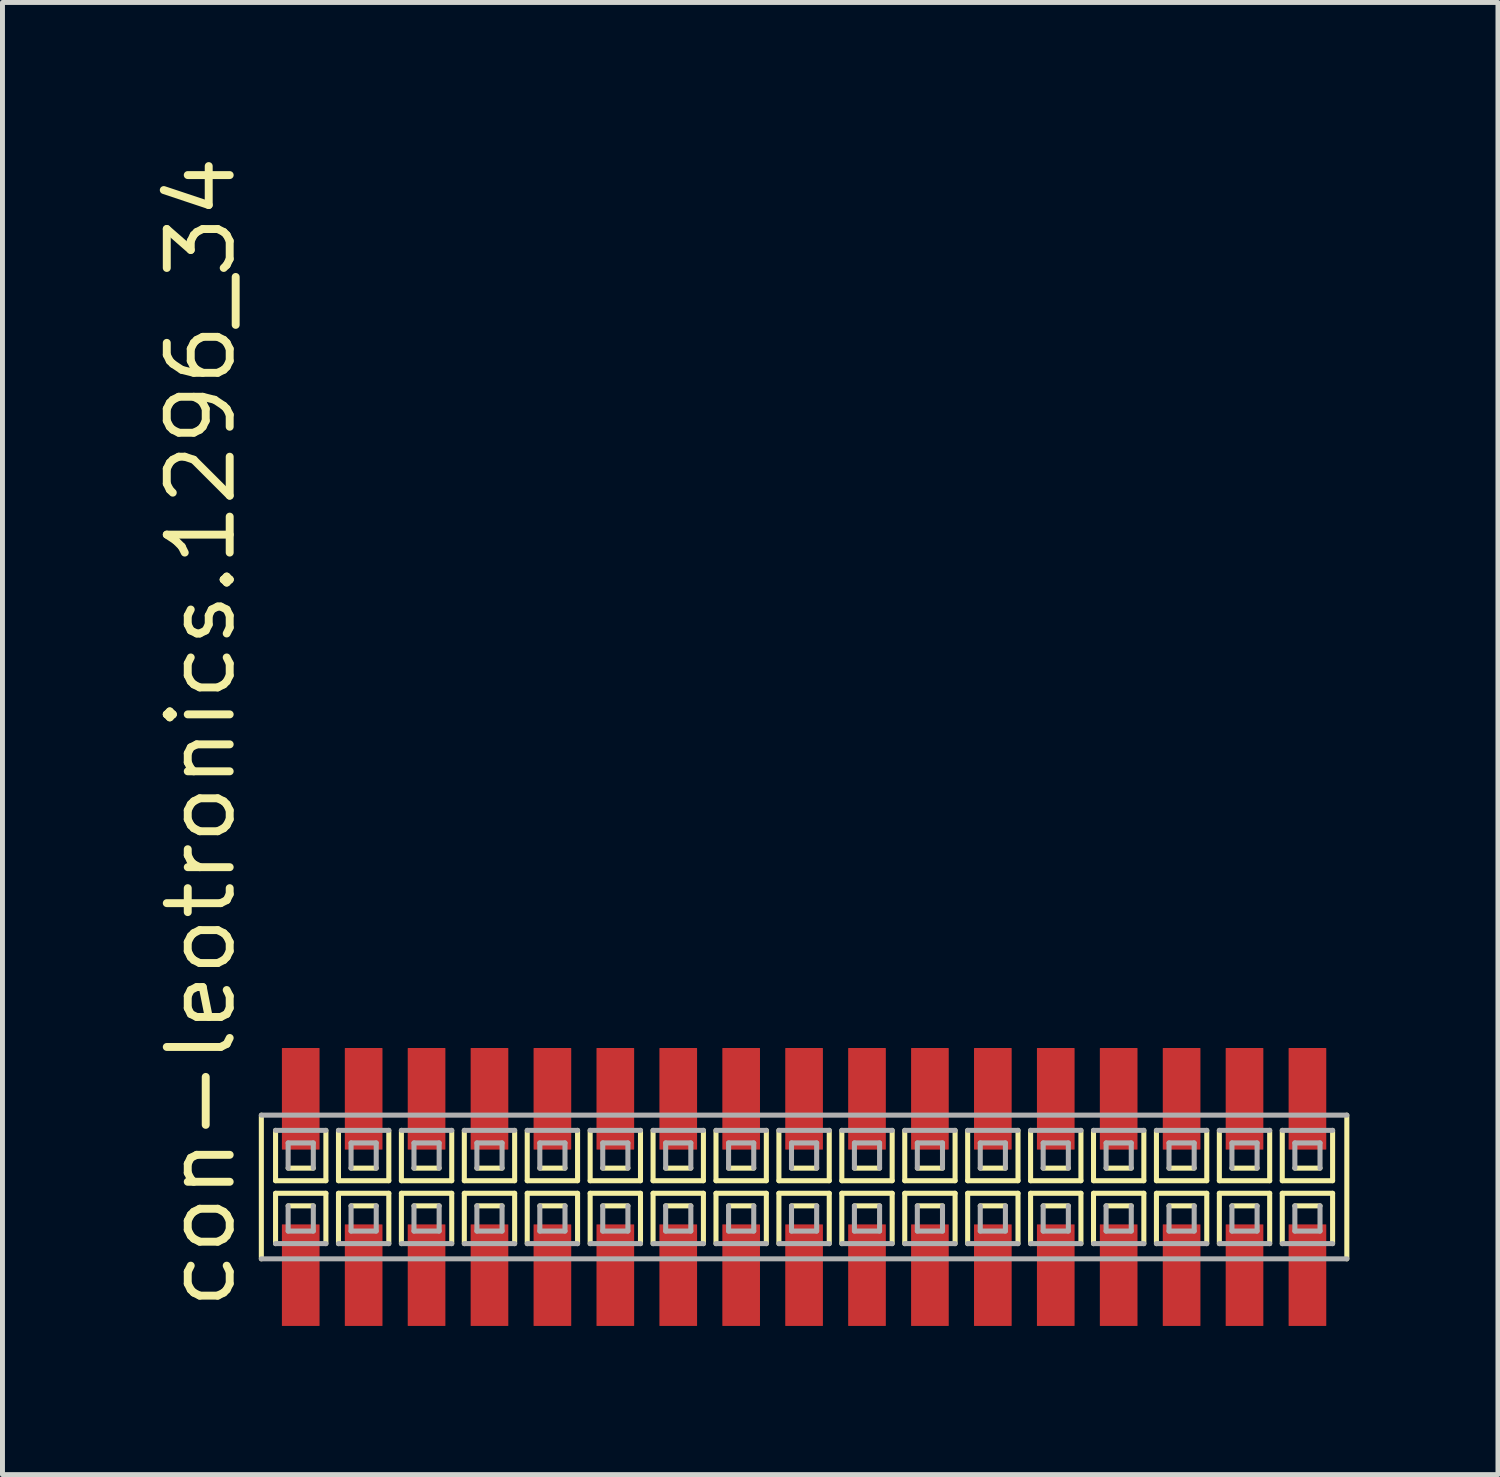
<source format=kicad_pcb>
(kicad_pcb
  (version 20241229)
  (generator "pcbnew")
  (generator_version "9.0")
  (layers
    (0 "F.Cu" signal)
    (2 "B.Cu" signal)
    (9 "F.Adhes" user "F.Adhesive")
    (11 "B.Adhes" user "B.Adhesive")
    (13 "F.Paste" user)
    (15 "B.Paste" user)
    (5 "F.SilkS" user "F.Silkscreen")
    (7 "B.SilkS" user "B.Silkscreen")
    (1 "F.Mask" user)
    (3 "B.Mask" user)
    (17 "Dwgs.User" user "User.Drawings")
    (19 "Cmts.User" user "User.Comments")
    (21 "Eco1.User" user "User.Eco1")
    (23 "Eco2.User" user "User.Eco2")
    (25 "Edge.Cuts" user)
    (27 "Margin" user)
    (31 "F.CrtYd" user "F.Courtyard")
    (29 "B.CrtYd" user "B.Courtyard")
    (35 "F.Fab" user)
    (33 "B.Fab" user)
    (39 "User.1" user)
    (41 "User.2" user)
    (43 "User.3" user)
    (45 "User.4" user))
  (footprint "con-leotronics.1296_34"
    (layer "F.Cu")
    (at 13.18 20.909)
    (property "Reference" "con-leotronics.1296_34" (at -11.43 2.54 90) (layer "F.SilkS") (effects (font (size 1.27 1.27) (thickness 0.16)) (justify left bottom)))
    (attr smd)
    (fp_line (start -10.955 -1.45) (end -10.955 1.45) (stroke (width 0.102) (type default)) (layer "F.SilkS"))
    (fp_line (start -10.668 -1.143) (end -10.668 -0.127) (stroke (width 0.102) (type default)) (layer "F.SilkS"))
    (fp_line (start -10.668 -0.127) (end -9.652 -0.127) (stroke (width 0.102) (type default)) (layer "F.SilkS"))
    (fp_line (start -10.668 0.127) (end -10.668 1.143) (stroke (width 0.102) (type default)) (layer "F.SilkS"))
    (fp_line (start -10.414 -0.381) (end -9.906 -0.381) (stroke (width 0.102) (type default)) (layer "F.SilkS"))
    (fp_line (start -9.906 0.381) (end -10.414 0.381) (stroke (width 0.102) (type default)) (layer "F.SilkS"))
    (fp_line (start -9.652 -0.127) (end -9.652 -1.143) (stroke (width 0.102) (type default)) (layer "F.SilkS"))
    (fp_line (start -9.652 0.127) (end -10.668 0.127) (stroke (width 0.102) (type default)) (layer "F.SilkS"))
    (fp_line (start -9.652 1.143) (end -9.652 0.127) (stroke (width 0.102) (type default)) (layer "F.SilkS"))
    (fp_line (start -9.398 -1.143) (end -9.398 -0.127) (stroke (width 0.102) (type default)) (layer "F.SilkS"))
    (fp_line (start -9.398 -0.127) (end -8.382 -0.127) (stroke (width 0.102) (type default)) (layer "F.SilkS"))
    (fp_line (start -9.398 0.127) (end -9.398 1.143) (stroke (width 0.102) (type default)) (layer "F.SilkS"))
    (fp_line (start -9.144 -0.381) (end -8.636 -0.381) (stroke (width 0.102) (type default)) (layer "F.SilkS"))
    (fp_line (start -8.636 0.381) (end -9.144 0.381) (stroke (width 0.102) (type default)) (layer "F.SilkS"))
    (fp_line (start -8.382 -0.127) (end -8.382 -1.143) (stroke (width 0.102) (type default)) (layer "F.SilkS"))
    (fp_line (start -8.382 0.127) (end -9.398 0.127) (stroke (width 0.102) (type default)) (layer "F.SilkS"))
    (fp_line (start -8.382 1.143) (end -8.382 0.127) (stroke (width 0.102) (type default)) (layer "F.SilkS"))
    (fp_line (start -8.128 -1.143) (end -8.128 -0.127) (stroke (width 0.102) (type default)) (layer "F.SilkS"))
    (fp_line (start -8.128 -0.127) (end -7.112 -0.127) (stroke (width 0.102) (type default)) (layer "F.SilkS"))
    (fp_line (start -8.128 0.127) (end -8.128 1.143) (stroke (width 0.102) (type default)) (layer "F.SilkS"))
    (fp_line (start -7.874 -0.381) (end -7.366 -0.381) (stroke (width 0.102) (type default)) (layer "F.SilkS"))
    (fp_line (start -7.366 0.381) (end -7.874 0.381) (stroke (width 0.102) (type default)) (layer "F.SilkS"))
    (fp_line (start -7.112 -0.127) (end -7.112 -1.143) (stroke (width 0.102) (type default)) (layer "F.SilkS"))
    (fp_line (start -7.112 0.127) (end -8.128 0.127) (stroke (width 0.102) (type default)) (layer "F.SilkS"))
    (fp_line (start -7.112 1.143) (end -7.112 0.127) (stroke (width 0.102) (type default)) (layer "F.SilkS"))
    (fp_line (start -6.858 -1.143) (end -6.858 -0.127) (stroke (width 0.102) (type default)) (layer "F.SilkS"))
    (fp_line (start -6.858 -0.127) (end -5.842 -0.127) (stroke (width 0.102) (type default)) (layer "F.SilkS"))
    (fp_line (start -6.858 0.127) (end -6.858 1.143) (stroke (width 0.102) (type default)) (layer "F.SilkS"))
    (fp_line (start -6.604 -0.381) (end -6.096 -0.381) (stroke (width 0.102) (type default)) (layer "F.SilkS"))
    (fp_line (start -6.096 0.381) (end -6.604 0.381) (stroke (width 0.102) (type default)) (layer "F.SilkS"))
    (fp_line (start -5.842 -0.127) (end -5.842 -1.143) (stroke (width 0.102) (type default)) (layer "F.SilkS"))
    (fp_line (start -5.842 0.127) (end -6.858 0.127) (stroke (width 0.102) (type default)) (layer "F.SilkS"))
    (fp_line (start -5.842 1.143) (end -5.842 0.127) (stroke (width 0.102) (type default)) (layer "F.SilkS"))
    (fp_line (start -5.588 -1.143) (end -5.588 -0.127) (stroke (width 0.102) (type default)) (layer "F.SilkS"))
    (fp_line (start -5.588 -0.127) (end -4.572 -0.127) (stroke (width 0.102) (type default)) (layer "F.SilkS"))
    (fp_line (start -5.588 0.127) (end -5.588 1.143) (stroke (width 0.102) (type default)) (layer "F.SilkS"))
    (fp_line (start -5.334 -0.381) (end -4.826 -0.381) (stroke (width 0.102) (type default)) (layer "F.SilkS"))
    (fp_line (start -4.826 0.381) (end -5.334 0.381) (stroke (width 0.102) (type default)) (layer "F.SilkS"))
    (fp_line (start -4.572 -0.127) (end -4.572 -1.143) (stroke (width 0.102) (type default)) (layer "F.SilkS"))
    (fp_line (start -4.572 0.127) (end -5.588 0.127) (stroke (width 0.102) (type default)) (layer "F.SilkS"))
    (fp_line (start -4.572 1.143) (end -4.572 0.127) (stroke (width 0.102) (type default)) (layer "F.SilkS"))
    (fp_line (start -4.318 -1.143) (end -4.318 -0.127) (stroke (width 0.102) (type default)) (layer "F.SilkS"))
    (fp_line (start -4.318 -0.127) (end -3.302 -0.127) (stroke (width 0.102) (type default)) (layer "F.SilkS"))
    (fp_line (start -4.318 0.127) (end -4.318 1.143) (stroke (width 0.102) (type default)) (layer "F.SilkS"))
    (fp_line (start -4.064 -0.381) (end -3.556 -0.381) (stroke (width 0.102) (type default)) (layer "F.SilkS"))
    (fp_line (start -3.556 0.381) (end -4.064 0.381) (stroke (width 0.102) (type default)) (layer "F.SilkS"))
    (fp_line (start -3.302 -0.127) (end -3.302 -1.143) (stroke (width 0.102) (type default)) (layer "F.SilkS"))
    (fp_line (start -3.302 0.127) (end -4.318 0.127) (stroke (width 0.102) (type default)) (layer "F.SilkS"))
    (fp_line (start -3.302 1.143) (end -3.302 0.127) (stroke (width 0.102) (type default)) (layer "F.SilkS"))
    (fp_line (start -3.048 -1.143) (end -3.048 -0.127) (stroke (width 0.102) (type default)) (layer "F.SilkS"))
    (fp_line (start -3.048 -0.127) (end -2.032 -0.127) (stroke (width 0.102) (type default)) (layer "F.SilkS"))
    (fp_line (start -3.048 0.127) (end -3.048 1.143) (stroke (width 0.102) (type default)) (layer "F.SilkS"))
    (fp_line (start -2.794 -0.381) (end -2.286 -0.381) (stroke (width 0.102) (type default)) (layer "F.SilkS"))
    (fp_line (start -2.286 0.381) (end -2.794 0.381) (stroke (width 0.102) (type default)) (layer "F.SilkS"))
    (fp_line (start -2.032 -0.127) (end -2.032 -1.143) (stroke (width 0.102) (type default)) (layer "F.SilkS"))
    (fp_line (start -2.032 0.127) (end -3.048 0.127) (stroke (width 0.102) (type default)) (layer "F.SilkS"))
    (fp_line (start -2.032 1.143) (end -2.032 0.127) (stroke (width 0.102) (type default)) (layer "F.SilkS"))
    (fp_line (start -1.778 -1.143) (end -1.778 -0.127) (stroke (width 0.102) (type default)) (layer "F.SilkS"))
    (fp_line (start -1.778 -0.127) (end -0.762 -0.127) (stroke (width 0.102) (type default)) (layer "F.SilkS"))
    (fp_line (start -1.778 0.127) (end -1.778 1.143) (stroke (width 0.102) (type default)) (layer "F.SilkS"))
    (fp_line (start -1.524 -0.381) (end -1.016 -0.381) (stroke (width 0.102) (type default)) (layer "F.SilkS"))
    (fp_line (start -1.016 0.381) (end -1.524 0.381) (stroke (width 0.102) (type default)) (layer "F.SilkS"))
    (fp_line (start -0.762 -0.127) (end -0.762 -1.143) (stroke (width 0.102) (type default)) (layer "F.SilkS"))
    (fp_line (start -0.762 0.127) (end -1.778 0.127) (stroke (width 0.102) (type default)) (layer "F.SilkS"))
    (fp_line (start -0.762 1.143) (end -0.762 0.127) (stroke (width 0.102) (type default)) (layer "F.SilkS"))
    (fp_line (start -0.508 -1.143) (end -0.508 -0.127) (stroke (width 0.102) (type default)) (layer "F.SilkS"))
    (fp_line (start -0.508 -0.127) (end 0.508 -0.127) (stroke (width 0.102) (type default)) (layer "F.SilkS"))
    (fp_line (start -0.508 0.127) (end -0.508 1.143) (stroke (width 0.102) (type default)) (layer "F.SilkS"))
    (fp_line (start -0.254 -0.381) (end 0.254 -0.381) (stroke (width 0.102) (type default)) (layer "F.SilkS"))
    (fp_line (start 0.254 0.381) (end -0.254 0.381) (stroke (width 0.102) (type default)) (layer "F.SilkS"))
    (fp_line (start 0.508 -0.127) (end 0.508 -1.143) (stroke (width 0.102) (type default)) (layer "F.SilkS"))
    (fp_line (start 0.508 0.127) (end -0.508 0.127) (stroke (width 0.102) (type default)) (layer "F.SilkS"))
    (fp_line (start 0.508 1.143) (end 0.508 0.127) (stroke (width 0.102) (type default)) (layer "F.SilkS"))
    (fp_line (start 0.762 -1.143) (end 0.762 -0.127) (stroke (width 0.102) (type default)) (layer "F.SilkS"))
    (fp_line (start 0.762 -0.127) (end 1.778 -0.127) (stroke (width 0.102) (type default)) (layer "F.SilkS"))
    (fp_line (start 0.762 0.127) (end 0.762 1.143) (stroke (width 0.102) (type default)) (layer "F.SilkS"))
    (fp_line (start 1.016 -0.381) (end 1.524 -0.381) (stroke (width 0.102) (type default)) (layer "F.SilkS"))
    (fp_line (start 1.524 0.381) (end 1.016 0.381) (stroke (width 0.102) (type default)) (layer "F.SilkS"))
    (fp_line (start 1.778 -0.127) (end 1.778 -1.143) (stroke (width 0.102) (type default)) (layer "F.SilkS"))
    (fp_line (start 1.778 0.127) (end 0.762 0.127) (stroke (width 0.102) (type default)) (layer "F.SilkS"))
    (fp_line (start 1.778 1.143) (end 1.778 0.127) (stroke (width 0.102) (type default)) (layer "F.SilkS"))
    (fp_line (start 2.032 -1.143) (end 2.032 -0.127) (stroke (width 0.102) (type default)) (layer "F.SilkS"))
    (fp_line (start 2.032 -0.127) (end 3.048 -0.127) (stroke (width 0.102) (type default)) (layer "F.SilkS"))
    (fp_line (start 2.032 0.127) (end 2.032 1.143) (stroke (width 0.102) (type default)) (layer "F.SilkS"))
    (fp_line (start 2.286 -0.381) (end 2.794 -0.381) (stroke (width 0.102) (type default)) (layer "F.SilkS"))
    (fp_line (start 2.794 0.381) (end 2.286 0.381) (stroke (width 0.102) (type default)) (layer "F.SilkS"))
    (fp_line (start 3.048 -0.127) (end 3.048 -1.143) (stroke (width 0.102) (type default)) (layer "F.SilkS"))
    (fp_line (start 3.048 0.127) (end 2.032 0.127) (stroke (width 0.102) (type default)) (layer "F.SilkS"))
    (fp_line (start 3.048 1.143) (end 3.048 0.127) (stroke (width 0.102) (type default)) (layer "F.SilkS"))
    (fp_line (start 3.302 -1.143) (end 3.302 -0.127) (stroke (width 0.102) (type default)) (layer "F.SilkS"))
    (fp_line (start 3.302 -0.127) (end 4.318 -0.127) (stroke (width 0.102) (type default)) (layer "F.SilkS"))
    (fp_line (start 3.302 0.127) (end 3.302 1.143) (stroke (width 0.102) (type default)) (layer "F.SilkS"))
    (fp_line (start 3.556 -0.381) (end 4.064 -0.381) (stroke (width 0.102) (type default)) (layer "F.SilkS"))
    (fp_line (start 4.064 0.381) (end 3.556 0.381) (stroke (width 0.102) (type default)) (layer "F.SilkS"))
    (fp_line (start 4.318 -0.127) (end 4.318 -1.143) (stroke (width 0.102) (type default)) (layer "F.SilkS"))
    (fp_line (start 4.318 0.127) (end 3.302 0.127) (stroke (width 0.102) (type default)) (layer "F.SilkS"))
    (fp_line (start 4.318 1.143) (end 4.318 0.127) (stroke (width 0.102) (type default)) (layer "F.SilkS"))
    (fp_line (start 4.572 -1.143) (end 4.572 -0.127) (stroke (width 0.102) (type default)) (layer "F.SilkS"))
    (fp_line (start 4.572 -0.127) (end 5.588 -0.127) (stroke (width 0.102) (type default)) (layer "F.SilkS"))
    (fp_line (start 4.572 0.127) (end 4.572 1.143) (stroke (width 0.102) (type default)) (layer "F.SilkS"))
    (fp_line (start 4.826 -0.381) (end 5.334 -0.381) (stroke (width 0.102) (type default)) (layer "F.SilkS"))
    (fp_line (start 5.334 0.381) (end 4.826 0.381) (stroke (width 0.102) (type default)) (layer "F.SilkS"))
    (fp_line (start 5.588 -0.127) (end 5.588 -1.143) (stroke (width 0.102) (type default)) (layer "F.SilkS"))
    (fp_line (start 5.588 0.127) (end 4.572 0.127) (stroke (width 0.102) (type default)) (layer "F.SilkS"))
    (fp_line (start 5.588 1.143) (end 5.588 0.127) (stroke (width 0.102) (type default)) (layer "F.SilkS"))
    (fp_line (start 5.842 -1.143) (end 5.842 -0.127) (stroke (width 0.102) (type default)) (layer "F.SilkS"))
    (fp_line (start 5.842 -0.127) (end 6.858 -0.127) (stroke (width 0.102) (type default)) (layer "F.SilkS"))
    (fp_line (start 5.842 0.127) (end 5.842 1.143) (stroke (width 0.102) (type default)) (layer "F.SilkS"))
    (fp_line (start 6.096 -0.381) (end 6.604 -0.381) (stroke (width 0.102) (type default)) (layer "F.SilkS"))
    (fp_line (start 6.604 0.381) (end 6.096 0.381) (stroke (width 0.102) (type default)) (layer "F.SilkS"))
    (fp_line (start 6.858 -0.127) (end 6.858 -1.143) (stroke (width 0.102) (type default)) (layer "F.SilkS"))
    (fp_line (start 6.858 0.127) (end 5.842 0.127) (stroke (width 0.102) (type default)) (layer "F.SilkS"))
    (fp_line (start 6.858 1.143) (end 6.858 0.127) (stroke (width 0.102) (type default)) (layer "F.SilkS"))
    (fp_line (start 7.112 -1.143) (end 7.112 -0.127) (stroke (width 0.102) (type default)) (layer "F.SilkS"))
    (fp_line (start 7.112 -0.127) (end 8.128 -0.127) (stroke (width 0.102) (type default)) (layer "F.SilkS"))
    (fp_line (start 7.112 0.127) (end 7.112 1.143) (stroke (width 0.102) (type default)) (layer "F.SilkS"))
    (fp_line (start 7.366 -0.381) (end 7.874 -0.381) (stroke (width 0.102) (type default)) (layer "F.SilkS"))
    (fp_line (start 7.874 0.381) (end 7.366 0.381) (stroke (width 0.102) (type default)) (layer "F.SilkS"))
    (fp_line (start 8.128 -0.127) (end 8.128 -1.143) (stroke (width 0.102) (type default)) (layer "F.SilkS"))
    (fp_line (start 8.128 0.127) (end 7.112 0.127) (stroke (width 0.102) (type default)) (layer "F.SilkS"))
    (fp_line (start 8.128 1.143) (end 8.128 0.127) (stroke (width 0.102) (type default)) (layer "F.SilkS"))
    (fp_line (start 8.382 -1.143) (end 8.382 -0.127) (stroke (width 0.102) (type default)) (layer "F.SilkS"))
    (fp_line (start 8.382 -0.127) (end 9.398 -0.127) (stroke (width 0.102) (type default)) (layer "F.SilkS"))
    (fp_line (start 8.382 0.127) (end 8.382 1.143) (stroke (width 0.102) (type default)) (layer "F.SilkS"))
    (fp_line (start 8.636 -0.381) (end 9.144 -0.381) (stroke (width 0.102) (type default)) (layer "F.SilkS"))
    (fp_line (start 9.144 0.381) (end 8.636 0.381) (stroke (width 0.102) (type default)) (layer "F.SilkS"))
    (fp_line (start 9.398 -0.127) (end 9.398 -1.143) (stroke (width 0.102) (type default)) (layer "F.SilkS"))
    (fp_line (start 9.398 0.127) (end 8.382 0.127) (stroke (width 0.102) (type default)) (layer "F.SilkS"))
    (fp_line (start 9.398 1.143) (end 9.398 0.127) (stroke (width 0.102) (type default)) (layer "F.SilkS"))
    (fp_line (start 9.652 -1.143) (end 9.652 -0.127) (stroke (width 0.102) (type default)) (layer "F.SilkS"))
    (fp_line (start 9.652 -0.127) (end 10.668 -0.127) (stroke (width 0.102) (type default)) (layer "F.SilkS"))
    (fp_line (start 9.652 0.127) (end 9.652 1.143) (stroke (width 0.102) (type default)) (layer "F.SilkS"))
    (fp_line (start 9.906 -0.381) (end 10.414 -0.381) (stroke (width 0.102) (type default)) (layer "F.SilkS"))
    (fp_line (start 10.414 0.381) (end 9.906 0.381) (stroke (width 0.102) (type default)) (layer "F.SilkS"))
    (fp_line (start 10.668 -0.127) (end 10.668 -1.143) (stroke (width 0.102) (type default)) (layer "F.SilkS"))
    (fp_line (start 10.668 0.127) (end 9.652 0.127) (stroke (width 0.102) (type default)) (layer "F.SilkS"))
    (fp_line (start 10.668 1.143) (end 10.668 0.127) (stroke (width 0.102) (type default)) (layer "F.SilkS"))
    (fp_line (start 10.955 1.45) (end 10.955 -1.45) (stroke (width 0.102) (type default)) (layer "F.SilkS"))
    (fp_line (start -10.955 1.45) (end 10.955 1.45) (stroke (width 0.102) (type default)) (layer "F.Fab"))
    (fp_line (start -10.668 1.143) (end -9.652 1.143) (stroke (width 0.102) (type default)) (layer "F.Fab"))
    (fp_line (start -10.414 -0.889) (end -10.414 -0.381) (stroke (width 0.102) (type default)) (layer "F.Fab"))
    (fp_line (start -10.414 0.381) (end -10.414 0.889) (stroke (width 0.102) (type default)) (layer "F.Fab"))
    (fp_line (start -10.414 0.889) (end -9.906 0.889) (stroke (width 0.102) (type default)) (layer "F.Fab"))
    (fp_line (start -9.906 -0.889) (end -10.414 -0.889) (stroke (width 0.102) (type default)) (layer "F.Fab"))
    (fp_line (start -9.906 -0.381) (end -9.906 -0.889) (stroke (width 0.102) (type default)) (layer "F.Fab"))
    (fp_line (start -9.906 0.889) (end -9.906 0.381) (stroke (width 0.102) (type default)) (layer "F.Fab"))
    (fp_line (start -9.652 -1.143) (end -10.668 -1.143) (stroke (width 0.102) (type default)) (layer "F.Fab"))
    (fp_line (start -9.398 1.143) (end -8.382 1.143) (stroke (width 0.102) (type default)) (layer "F.Fab"))
    (fp_line (start -9.144 -0.889) (end -9.144 -0.381) (stroke (width 0.102) (type default)) (layer "F.Fab"))
    (fp_line (start -9.144 0.381) (end -9.144 0.889) (stroke (width 0.102) (type default)) (layer "F.Fab"))
    (fp_line (start -9.144 0.889) (end -8.636 0.889) (stroke (width 0.102) (type default)) (layer "F.Fab"))
    (fp_line (start -8.636 -0.889) (end -9.144 -0.889) (stroke (width 0.102) (type default)) (layer "F.Fab"))
    (fp_line (start -8.636 -0.381) (end -8.636 -0.889) (stroke (width 0.102) (type default)) (layer "F.Fab"))
    (fp_line (start -8.636 0.889) (end -8.636 0.381) (stroke (width 0.102) (type default)) (layer "F.Fab"))
    (fp_line (start -8.382 -1.143) (end -9.398 -1.143) (stroke (width 0.102) (type default)) (layer "F.Fab"))
    (fp_line (start -8.128 1.143) (end -7.112 1.143) (stroke (width 0.102) (type default)) (layer "F.Fab"))
    (fp_line (start -7.874 -0.889) (end -7.874 -0.381) (stroke (width 0.102) (type default)) (layer "F.Fab"))
    (fp_line (start -7.874 0.381) (end -7.874 0.889) (stroke (width 0.102) (type default)) (layer "F.Fab"))
    (fp_line (start -7.874 0.889) (end -7.366 0.889) (stroke (width 0.102) (type default)) (layer "F.Fab"))
    (fp_line (start -7.366 -0.889) (end -7.874 -0.889) (stroke (width 0.102) (type default)) (layer "F.Fab"))
    (fp_line (start -7.366 -0.381) (end -7.366 -0.889) (stroke (width 0.102) (type default)) (layer "F.Fab"))
    (fp_line (start -7.366 0.889) (end -7.366 0.381) (stroke (width 0.102) (type default)) (layer "F.Fab"))
    (fp_line (start -7.112 -1.143) (end -8.128 -1.143) (stroke (width 0.102) (type default)) (layer "F.Fab"))
    (fp_line (start -6.858 1.143) (end -5.842 1.143) (stroke (width 0.102) (type default)) (layer "F.Fab"))
    (fp_line (start -6.604 -0.889) (end -6.604 -0.381) (stroke (width 0.102) (type default)) (layer "F.Fab"))
    (fp_line (start -6.604 0.381) (end -6.604 0.889) (stroke (width 0.102) (type default)) (layer "F.Fab"))
    (fp_line (start -6.604 0.889) (end -6.096 0.889) (stroke (width 0.102) (type default)) (layer "F.Fab"))
    (fp_line (start -6.096 -0.889) (end -6.604 -0.889) (stroke (width 0.102) (type default)) (layer "F.Fab"))
    (fp_line (start -6.096 -0.381) (end -6.096 -0.889) (stroke (width 0.102) (type default)) (layer "F.Fab"))
    (fp_line (start -6.096 0.889) (end -6.096 0.381) (stroke (width 0.102) (type default)) (layer "F.Fab"))
    (fp_line (start -5.842 -1.143) (end -6.858 -1.143) (stroke (width 0.102) (type default)) (layer "F.Fab"))
    (fp_line (start -5.588 1.143) (end -4.572 1.143) (stroke (width 0.102) (type default)) (layer "F.Fab"))
    (fp_line (start -5.334 -0.889) (end -5.334 -0.381) (stroke (width 0.102) (type default)) (layer "F.Fab"))
    (fp_line (start -5.334 0.381) (end -5.334 0.889) (stroke (width 0.102) (type default)) (layer "F.Fab"))
    (fp_line (start -5.334 0.889) (end -4.826 0.889) (stroke (width 0.102) (type default)) (layer "F.Fab"))
    (fp_line (start -4.826 -0.889) (end -5.334 -0.889) (stroke (width 0.102) (type default)) (layer "F.Fab"))
    (fp_line (start -4.826 -0.381) (end -4.826 -0.889) (stroke (width 0.102) (type default)) (layer "F.Fab"))
    (fp_line (start -4.826 0.889) (end -4.826 0.381) (stroke (width 0.102) (type default)) (layer "F.Fab"))
    (fp_line (start -4.572 -1.143) (end -5.588 -1.143) (stroke (width 0.102) (type default)) (layer "F.Fab"))
    (fp_line (start -4.318 1.143) (end -3.302 1.143) (stroke (width 0.102) (type default)) (layer "F.Fab"))
    (fp_line (start -4.064 -0.889) (end -4.064 -0.381) (stroke (width 0.102) (type default)) (layer "F.Fab"))
    (fp_line (start -4.064 0.381) (end -4.064 0.889) (stroke (width 0.102) (type default)) (layer "F.Fab"))
    (fp_line (start -4.064 0.889) (end -3.556 0.889) (stroke (width 0.102) (type default)) (layer "F.Fab"))
    (fp_line (start -3.556 -0.889) (end -4.064 -0.889) (stroke (width 0.102) (type default)) (layer "F.Fab"))
    (fp_line (start -3.556 -0.381) (end -3.556 -0.889) (stroke (width 0.102) (type default)) (layer "F.Fab"))
    (fp_line (start -3.556 0.889) (end -3.556 0.381) (stroke (width 0.102) (type default)) (layer "F.Fab"))
    (fp_line (start -3.302 -1.143) (end -4.318 -1.143) (stroke (width 0.102) (type default)) (layer "F.Fab"))
    (fp_line (start -3.048 1.143) (end -2.032 1.143) (stroke (width 0.102) (type default)) (layer "F.Fab"))
    (fp_line (start -2.794 -0.889) (end -2.794 -0.381) (stroke (width 0.102) (type default)) (layer "F.Fab"))
    (fp_line (start -2.794 0.381) (end -2.794 0.889) (stroke (width 0.102) (type default)) (layer "F.Fab"))
    (fp_line (start -2.794 0.889) (end -2.286 0.889) (stroke (width 0.102) (type default)) (layer "F.Fab"))
    (fp_line (start -2.286 -0.889) (end -2.794 -0.889) (stroke (width 0.102) (type default)) (layer "F.Fab"))
    (fp_line (start -2.286 -0.381) (end -2.286 -0.889) (stroke (width 0.102) (type default)) (layer "F.Fab"))
    (fp_line (start -2.286 0.889) (end -2.286 0.381) (stroke (width 0.102) (type default)) (layer "F.Fab"))
    (fp_line (start -2.032 -1.143) (end -3.048 -1.143) (stroke (width 0.102) (type default)) (layer "F.Fab"))
    (fp_line (start -1.778 1.143) (end -0.762 1.143) (stroke (width 0.102) (type default)) (layer "F.Fab"))
    (fp_line (start -1.524 -0.889) (end -1.524 -0.381) (stroke (width 0.102) (type default)) (layer "F.Fab"))
    (fp_line (start -1.524 0.381) (end -1.524 0.889) (stroke (width 0.102) (type default)) (layer "F.Fab"))
    (fp_line (start -1.524 0.889) (end -1.016 0.889) (stroke (width 0.102) (type default)) (layer "F.Fab"))
    (fp_line (start -1.016 -0.889) (end -1.524 -0.889) (stroke (width 0.102) (type default)) (layer "F.Fab"))
    (fp_line (start -1.016 -0.381) (end -1.016 -0.889) (stroke (width 0.102) (type default)) (layer "F.Fab"))
    (fp_line (start -1.016 0.889) (end -1.016 0.381) (stroke (width 0.102) (type default)) (layer "F.Fab"))
    (fp_line (start -0.762 -1.143) (end -1.778 -1.143) (stroke (width 0.102) (type default)) (layer "F.Fab"))
    (fp_line (start -0.508 1.143) (end 0.508 1.143) (stroke (width 0.102) (type default)) (layer "F.Fab"))
    (fp_line (start -0.254 -0.889) (end -0.254 -0.381) (stroke (width 0.102) (type default)) (layer "F.Fab"))
    (fp_line (start -0.254 0.381) (end -0.254 0.889) (stroke (width 0.102) (type default)) (layer "F.Fab"))
    (fp_line (start -0.254 0.889) (end 0.254 0.889) (stroke (width 0.102) (type default)) (layer "F.Fab"))
    (fp_line (start 0.254 -0.889) (end -0.254 -0.889) (stroke (width 0.102) (type default)) (layer "F.Fab"))
    (fp_line (start 0.254 -0.381) (end 0.254 -0.889) (stroke (width 0.102) (type default)) (layer "F.Fab"))
    (fp_line (start 0.254 0.889) (end 0.254 0.381) (stroke (width 0.102) (type default)) (layer "F.Fab"))
    (fp_line (start 0.508 -1.143) (end -0.508 -1.143) (stroke (width 0.102) (type default)) (layer "F.Fab"))
    (fp_line (start 0.762 1.143) (end 1.778 1.143) (stroke (width 0.102) (type default)) (layer "F.Fab"))
    (fp_line (start 1.016 -0.889) (end 1.016 -0.381) (stroke (width 0.102) (type default)) (layer "F.Fab"))
    (fp_line (start 1.016 0.381) (end 1.016 0.889) (stroke (width 0.102) (type default)) (layer "F.Fab"))
    (fp_line (start 1.016 0.889) (end 1.524 0.889) (stroke (width 0.102) (type default)) (layer "F.Fab"))
    (fp_line (start 1.524 -0.889) (end 1.016 -0.889) (stroke (width 0.102) (type default)) (layer "F.Fab"))
    (fp_line (start 1.524 -0.381) (end 1.524 -0.889) (stroke (width 0.102) (type default)) (layer "F.Fab"))
    (fp_line (start 1.524 0.889) (end 1.524 0.381) (stroke (width 0.102) (type default)) (layer "F.Fab"))
    (fp_line (start 1.778 -1.143) (end 0.762 -1.143) (stroke (width 0.102) (type default)) (layer "F.Fab"))
    (fp_line (start 2.032 1.143) (end 3.048 1.143) (stroke (width 0.102) (type default)) (layer "F.Fab"))
    (fp_line (start 2.286 -0.889) (end 2.286 -0.381) (stroke (width 0.102) (type default)) (layer "F.Fab"))
    (fp_line (start 2.286 0.381) (end 2.286 0.889) (stroke (width 0.102) (type default)) (layer "F.Fab"))
    (fp_line (start 2.286 0.889) (end 2.794 0.889) (stroke (width 0.102) (type default)) (layer "F.Fab"))
    (fp_line (start 2.794 -0.889) (end 2.286 -0.889) (stroke (width 0.102) (type default)) (layer "F.Fab"))
    (fp_line (start 2.794 -0.381) (end 2.794 -0.889) (stroke (width 0.102) (type default)) (layer "F.Fab"))
    (fp_line (start 2.794 0.889) (end 2.794 0.381) (stroke (width 0.102) (type default)) (layer "F.Fab"))
    (fp_line (start 3.048 -1.143) (end 2.032 -1.143) (stroke (width 0.102) (type default)) (layer "F.Fab"))
    (fp_line (start 3.302 1.143) (end 4.318 1.143) (stroke (width 0.102) (type default)) (layer "F.Fab"))
    (fp_line (start 3.556 -0.889) (end 3.556 -0.381) (stroke (width 0.102) (type default)) (layer "F.Fab"))
    (fp_line (start 3.556 0.381) (end 3.556 0.889) (stroke (width 0.102) (type default)) (layer "F.Fab"))
    (fp_line (start 3.556 0.889) (end 4.064 0.889) (stroke (width 0.102) (type default)) (layer "F.Fab"))
    (fp_line (start 4.064 -0.889) (end 3.556 -0.889) (stroke (width 0.102) (type default)) (layer "F.Fab"))
    (fp_line (start 4.064 -0.381) (end 4.064 -0.889) (stroke (width 0.102) (type default)) (layer "F.Fab"))
    (fp_line (start 4.064 0.889) (end 4.064 0.381) (stroke (width 0.102) (type default)) (layer "F.Fab"))
    (fp_line (start 4.318 -1.143) (end 3.302 -1.143) (stroke (width 0.102) (type default)) (layer "F.Fab"))
    (fp_line (start 4.572 1.143) (end 5.588 1.143) (stroke (width 0.102) (type default)) (layer "F.Fab"))
    (fp_line (start 4.826 -0.889) (end 4.826 -0.381) (stroke (width 0.102) (type default)) (layer "F.Fab"))
    (fp_line (start 4.826 0.381) (end 4.826 0.889) (stroke (width 0.102) (type default)) (layer "F.Fab"))
    (fp_line (start 4.826 0.889) (end 5.334 0.889) (stroke (width 0.102) (type default)) (layer "F.Fab"))
    (fp_line (start 5.334 -0.889) (end 4.826 -0.889) (stroke (width 0.102) (type default)) (layer "F.Fab"))
    (fp_line (start 5.334 -0.381) (end 5.334 -0.889) (stroke (width 0.102) (type default)) (layer "F.Fab"))
    (fp_line (start 5.334 0.889) (end 5.334 0.381) (stroke (width 0.102) (type default)) (layer "F.Fab"))
    (fp_line (start 5.588 -1.143) (end 4.572 -1.143) (stroke (width 0.102) (type default)) (layer "F.Fab"))
    (fp_line (start 5.842 1.143) (end 6.858 1.143) (stroke (width 0.102) (type default)) (layer "F.Fab"))
    (fp_line (start 6.096 -0.889) (end 6.096 -0.381) (stroke (width 0.102) (type default)) (layer "F.Fab"))
    (fp_line (start 6.096 0.381) (end 6.096 0.889) (stroke (width 0.102) (type default)) (layer "F.Fab"))
    (fp_line (start 6.096 0.889) (end 6.604 0.889) (stroke (width 0.102) (type default)) (layer "F.Fab"))
    (fp_line (start 6.604 -0.889) (end 6.096 -0.889) (stroke (width 0.102) (type default)) (layer "F.Fab"))
    (fp_line (start 6.604 -0.381) (end 6.604 -0.889) (stroke (width 0.102) (type default)) (layer "F.Fab"))
    (fp_line (start 6.604 0.889) (end 6.604 0.381) (stroke (width 0.102) (type default)) (layer "F.Fab"))
    (fp_line (start 6.858 -1.143) (end 5.842 -1.143) (stroke (width 0.102) (type default)) (layer "F.Fab"))
    (fp_line (start 7.112 1.143) (end 8.128 1.143) (stroke (width 0.102) (type default)) (layer "F.Fab"))
    (fp_line (start 7.366 -0.889) (end 7.366 -0.381) (stroke (width 0.102) (type default)) (layer "F.Fab"))
    (fp_line (start 7.366 0.381) (end 7.366 0.889) (stroke (width 0.102) (type default)) (layer "F.Fab"))
    (fp_line (start 7.366 0.889) (end 7.874 0.889) (stroke (width 0.102) (type default)) (layer "F.Fab"))
    (fp_line (start 7.874 -0.889) (end 7.366 -0.889) (stroke (width 0.102) (type default)) (layer "F.Fab"))
    (fp_line (start 7.874 -0.381) (end 7.874 -0.889) (stroke (width 0.102) (type default)) (layer "F.Fab"))
    (fp_line (start 7.874 0.889) (end 7.874 0.381) (stroke (width 0.102) (type default)) (layer "F.Fab"))
    (fp_line (start 8.128 -1.143) (end 7.112 -1.143) (stroke (width 0.102) (type default)) (layer "F.Fab"))
    (fp_line (start 8.382 1.143) (end 9.398 1.143) (stroke (width 0.102) (type default)) (layer "F.Fab"))
    (fp_line (start 8.636 -0.889) (end 8.636 -0.381) (stroke (width 0.102) (type default)) (layer "F.Fab"))
    (fp_line (start 8.636 0.381) (end 8.636 0.889) (stroke (width 0.102) (type default)) (layer "F.Fab"))
    (fp_line (start 8.636 0.889) (end 9.144 0.889) (stroke (width 0.102) (type default)) (layer "F.Fab"))
    (fp_line (start 9.144 -0.889) (end 8.636 -0.889) (stroke (width 0.102) (type default)) (layer "F.Fab"))
    (fp_line (start 9.144 -0.381) (end 9.144 -0.889) (stroke (width 0.102) (type default)) (layer "F.Fab"))
    (fp_line (start 9.144 0.889) (end 9.144 0.381) (stroke (width 0.102) (type default)) (layer "F.Fab"))
    (fp_line (start 9.398 -1.143) (end 8.382 -1.143) (stroke (width 0.102) (type default)) (layer "F.Fab"))
    (fp_line (start 9.652 1.143) (end 10.668 1.143) (stroke (width 0.102) (type default)) (layer "F.Fab"))
    (fp_line (start 9.906 -0.889) (end 9.906 -0.381) (stroke (width 0.102) (type default)) (layer "F.Fab"))
    (fp_line (start 9.906 0.381) (end 9.906 0.889) (stroke (width 0.102) (type default)) (layer "F.Fab"))
    (fp_line (start 9.906 0.889) (end 10.414 0.889) (stroke (width 0.102) (type default)) (layer "F.Fab"))
    (fp_line (start 10.414 -0.889) (end 9.906 -0.889) (stroke (width 0.102) (type default)) (layer "F.Fab"))
    (fp_line (start 10.414 -0.381) (end 10.414 -0.889) (stroke (width 0.102) (type default)) (layer "F.Fab"))
    (fp_line (start 10.414 0.889) (end 10.414 0.381) (stroke (width 0.102) (type default)) (layer "F.Fab"))
    (fp_line (start 10.668 -1.143) (end 9.652 -1.143) (stroke (width 0.102) (type default)) (layer "F.Fab"))
    (fp_line (start 10.955 -1.45) (end -10.955 -1.45) (stroke (width 0.102) (type default)) (layer "F.Fab"))
    (pad "1" smd roundrect (at -10.16 1.78) (size 0.76 2.05) (layers "F.Cu" "F.Mask" "F.Paste") (roundrect_rratio 0.01))
    (pad "2" smd roundrect (at -10.16 -1.78) (size 0.76 2.05) (layers "F.Cu" "F.Mask" "F.Paste") (roundrect_rratio 0.01))
    (pad "3" smd roundrect (at -8.89 1.78) (size 0.76 2.05) (layers "F.Cu" "F.Mask" "F.Paste") (roundrect_rratio 0.01))
    (pad "4" smd roundrect (at -8.89 -1.78) (size 0.76 2.05) (layers "F.Cu" "F.Mask" "F.Paste") (roundrect_rratio 0.01))
    (pad "5" smd roundrect (at -7.62 1.78) (size 0.76 2.05) (layers "F.Cu" "F.Mask" "F.Paste") (roundrect_rratio 0.01))
    (pad "6" smd roundrect (at -7.62 -1.78) (size 0.76 2.05) (layers "F.Cu" "F.Mask" "F.Paste") (roundrect_rratio 0.01))
    (pad "7" smd roundrect (at -6.35 1.78) (size 0.76 2.05) (layers "F.Cu" "F.Mask" "F.Paste") (roundrect_rratio 0.01))
    (pad "8" smd roundrect (at -6.35 -1.78) (size 0.76 2.05) (layers "F.Cu" "F.Mask" "F.Paste") (roundrect_rratio 0.01))
    (pad "9" smd roundrect (at -5.08 1.78) (size 0.76 2.05) (layers "F.Cu" "F.Mask" "F.Paste") (roundrect_rratio 0.01))
    (pad "10" smd roundrect (at -5.08 -1.78) (size 0.76 2.05) (layers "F.Cu" "F.Mask" "F.Paste") (roundrect_rratio 0.01))
    (pad "11" smd roundrect (at -3.81 1.78) (size 0.76 2.05) (layers "F.Cu" "F.Mask" "F.Paste") (roundrect_rratio 0.01))
    (pad "12" smd roundrect (at -3.81 -1.78) (size 0.76 2.05) (layers "F.Cu" "F.Mask" "F.Paste") (roundrect_rratio 0.01))
    (pad "13" smd roundrect (at -2.54 1.78) (size 0.76 2.05) (layers "F.Cu" "F.Mask" "F.Paste") (roundrect_rratio 0.01))
    (pad "14" smd roundrect (at -2.54 -1.78) (size 0.76 2.05) (layers "F.Cu" "F.Mask" "F.Paste") (roundrect_rratio 0.01))
    (pad "15" smd roundrect (at -1.27 1.78) (size 0.76 2.05) (layers "F.Cu" "F.Mask" "F.Paste") (roundrect_rratio 0.01))
    (pad "16" smd roundrect (at -1.27 -1.78) (size 0.76 2.05) (layers "F.Cu" "F.Mask" "F.Paste") (roundrect_rratio 0.01))
    (pad "17" smd roundrect (at 0 1.78) (size 0.76 2.05) (layers "F.Cu" "F.Mask" "F.Paste") (roundrect_rratio 0.01))
    (pad "18" smd roundrect (at 0 -1.78) (size 0.76 2.05) (layers "F.Cu" "F.Mask" "F.Paste") (roundrect_rratio 0.01))
    (pad "19" smd roundrect (at 1.27 1.78) (size 0.76 2.05) (layers "F.Cu" "F.Mask" "F.Paste") (roundrect_rratio 0.01))
    (pad "20" smd roundrect (at 1.27 -1.78) (size 0.76 2.05) (layers "F.Cu" "F.Mask" "F.Paste") (roundrect_rratio 0.01))
    (pad "21" smd roundrect (at 2.54 1.78) (size 0.76 2.05) (layers "F.Cu" "F.Mask" "F.Paste") (roundrect_rratio 0.01))
    (pad "22" smd roundrect (at 2.54 -1.78) (size 0.76 2.05) (layers "F.Cu" "F.Mask" "F.Paste") (roundrect_rratio 0.01))
    (pad "23" smd roundrect (at 3.81 1.78) (size 0.76 2.05) (layers "F.Cu" "F.Mask" "F.Paste") (roundrect_rratio 0.01))
    (pad "24" smd roundrect (at 3.81 -1.78) (size 0.76 2.05) (layers "F.Cu" "F.Mask" "F.Paste") (roundrect_rratio 0.01))
    (pad "25" smd roundrect (at 5.08 1.78) (size 0.76 2.05) (layers "F.Cu" "F.Mask" "F.Paste") (roundrect_rratio 0.01))
    (pad "26" smd roundrect (at 5.08 -1.78) (size 0.76 2.05) (layers "F.Cu" "F.Mask" "F.Paste") (roundrect_rratio 0.01))
    (pad "27" smd roundrect (at 6.35 1.78) (size 0.76 2.05) (layers "F.Cu" "F.Mask" "F.Paste") (roundrect_rratio 0.01))
    (pad "28" smd roundrect (at 6.35 -1.78) (size 0.76 2.05) (layers "F.Cu" "F.Mask" "F.Paste") (roundrect_rratio 0.01))
    (pad "29" smd roundrect (at 7.62 1.78) (size 0.76 2.05) (layers "F.Cu" "F.Mask" "F.Paste") (roundrect_rratio 0.01))
    (pad "30" smd roundrect (at 7.62 -1.78) (size 0.76 2.05) (layers "F.Cu" "F.Mask" "F.Paste") (roundrect_rratio 0.01))
    (pad "31" smd roundrect (at 8.89 1.78) (size 0.76 2.05) (layers "F.Cu" "F.Mask" "F.Paste") (roundrect_rratio 0.01))
    (pad "32" smd roundrect (at 8.89 -1.78) (size 0.76 2.05) (layers "F.Cu" "F.Mask" "F.Paste") (roundrect_rratio 0.01))
    (pad "33" smd roundrect (at 10.16 1.78) (size 0.76 2.05) (layers "F.Cu" "F.Mask" "F.Paste") (roundrect_rratio 0.01))
    (pad "34" smd roundrect (at 10.16 -1.78) (size 0.76 2.05) (layers "F.Cu" "F.Mask" "F.Paste") (roundrect_rratio 0.01)))
  (gr_rect
    (start -3 -3)
    (end 27.186 26.714)
    (stroke (width 0.1) (type default))
    (fill no)
    (layer "Edge.Cuts")))
</source>
